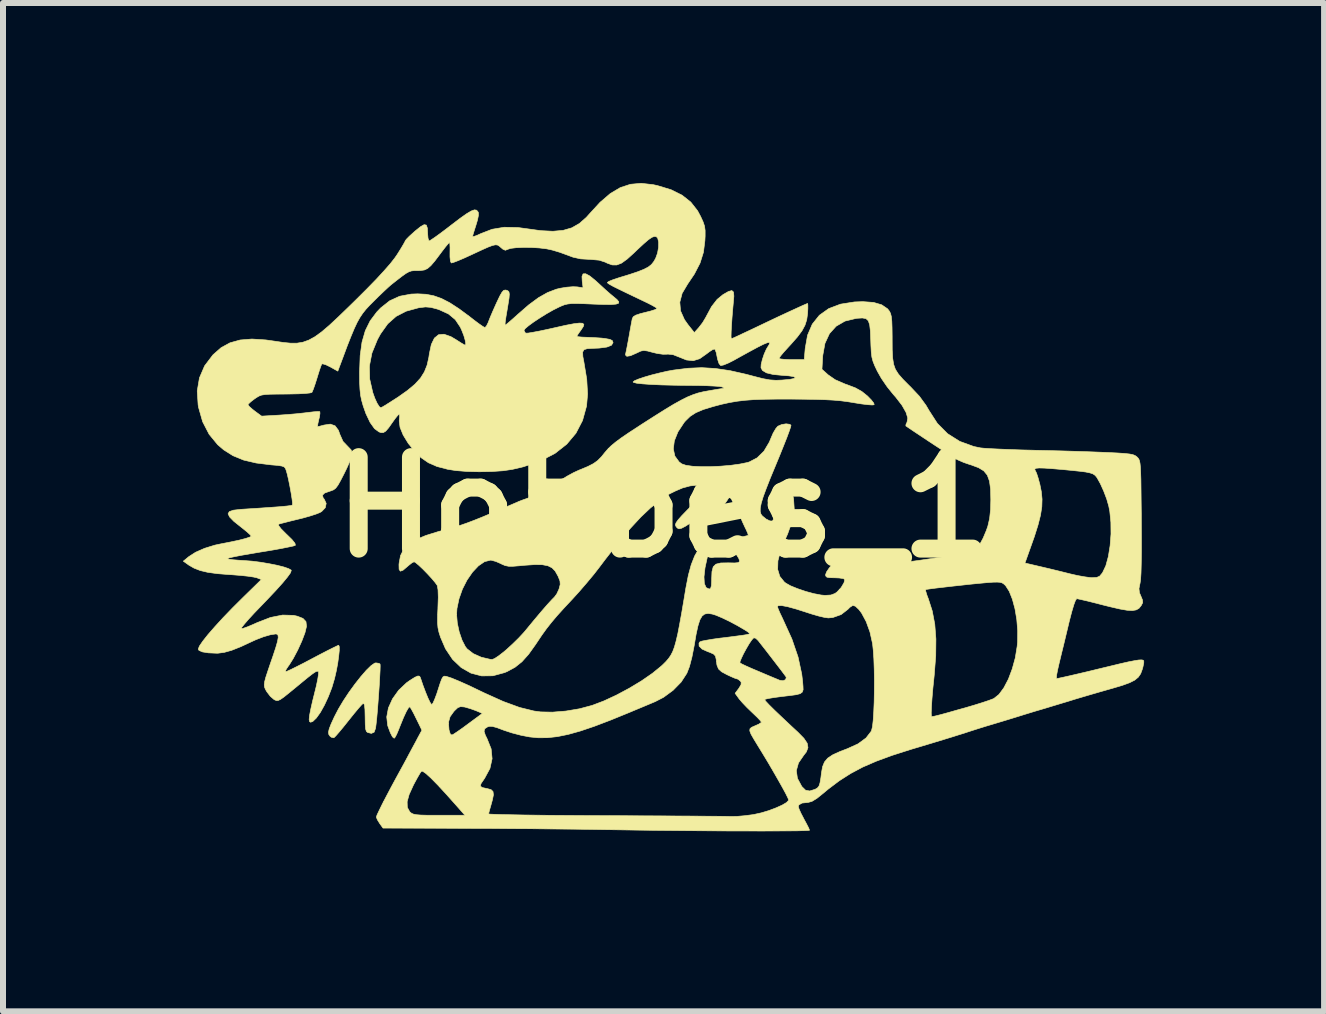
<source format=kicad_pcb>
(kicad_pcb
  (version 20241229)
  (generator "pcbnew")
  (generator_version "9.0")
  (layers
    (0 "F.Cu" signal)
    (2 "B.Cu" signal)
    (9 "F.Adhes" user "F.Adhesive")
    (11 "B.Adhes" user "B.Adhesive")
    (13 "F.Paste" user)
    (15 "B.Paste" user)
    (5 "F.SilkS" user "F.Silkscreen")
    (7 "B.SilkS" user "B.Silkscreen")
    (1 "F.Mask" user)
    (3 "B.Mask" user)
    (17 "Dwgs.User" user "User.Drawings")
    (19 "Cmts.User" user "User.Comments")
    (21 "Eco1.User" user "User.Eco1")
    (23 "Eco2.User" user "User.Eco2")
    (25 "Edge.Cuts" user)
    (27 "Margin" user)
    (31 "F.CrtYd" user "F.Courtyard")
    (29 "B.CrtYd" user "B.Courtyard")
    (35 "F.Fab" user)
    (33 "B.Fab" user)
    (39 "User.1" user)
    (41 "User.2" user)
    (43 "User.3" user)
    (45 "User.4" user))
  (footprint "Hobbes_1"
    (layer "F.Cu")
    (at 8.008 5.403)
    (property "Reference" "Hobbes_1" (at 0 0 0) (layer "F.SilkS") (effects (font (size 1.524 1.524) (thickness 0.3))))
    (attr through_hole)
    (fp_poly (pts (xy -4.742 2.602) (xy -4.724 2.614) (xy -4.722 2.645) (xy -4.724 2.72) (xy -4.73 2.829) (xy -4.737 2.961) (xy -4.747 3.106) (xy -4.758 3.254) (xy -4.769 3.396) (xy -4.78 3.521) (xy -4.791 3.62) (xy -4.799 3.682) (xy -4.799 3.683) (xy -4.823 3.749) (xy -4.869 3.769) (xy -4.931 3.754) (xy -4.952 3.736) (xy -4.965 3.695) (xy -4.971 3.62) (xy -4.973 3.503) (xy -4.973 3.497) (xy -4.976 3.371) (xy -4.984 3.295) (xy -4.999 3.267) (xy -5.003 3.267) (xy -5.03 3.291) (xy -5.082 3.349) (xy -5.152 3.433) (xy -5.234 3.535) (xy -5.25 3.555) (xy -5.333 3.659) (xy -5.406 3.747) (xy -5.461 3.81) (xy -5.493 3.841) (xy -5.495 3.842) (xy -5.536 3.833) (xy -5.556 3.818) (xy -5.578 3.788) (xy -5.584 3.75) (xy -5.572 3.695) (xy -5.54 3.612) (xy -5.485 3.492) (xy -5.418 3.363) (xy -5.335 3.224) (xy -5.241 3.082) (xy -5.142 2.946) (xy -5.044 2.822) (xy -4.953 2.717) (xy -4.875 2.641) (xy -4.815 2.599) (xy -4.794 2.594) (xy -4.742 2.602)) (stroke (width 0.01) (type solid)) (fill yes) (layer "F.SilkS"))
    (fp_poly (pts (xy -1.228 -3.853) (xy -1.13 -3.773) (xy -1.055 -3.704) (xy -0.971 -3.627) (xy -0.888 -3.554) (xy -0.836 -3.511) (xy -0.776 -3.461) (xy -0.746 -3.424) (xy -0.75 -3.399) (xy -0.791 -3.385) (xy -0.873 -3.378) (xy -1.001 -3.379) (xy -1.172 -3.385) (xy -1.332 -3.392) (xy -1.449 -3.395) (xy -1.534 -3.394) (xy -1.597 -3.387) (xy -1.649 -3.375) (xy -1.7 -3.355) (xy -1.742 -3.336) (xy -1.84 -3.287) (xy -1.949 -3.225) (xy -2.06 -3.156) (xy -2.163 -3.088) (xy -2.248 -3.026) (xy -2.306 -2.977) (xy -2.326 -2.948) (xy -2.305 -2.907) (xy -2.293 -2.901) (xy -2.257 -2.902) (xy -2.178 -2.915) (xy -2.066 -2.936) (xy -1.929 -2.965) (xy -1.813 -2.991) (xy -1.631 -3.032) (xy -1.495 -3.058) (xy -1.403 -3.069) (xy -1.349 -3.066) (xy -1.328 -3.047) (xy -1.337 -3.012) (xy -1.371 -2.96) (xy -1.377 -2.951) (xy -1.419 -2.893) (xy -1.442 -2.855) (xy -1.444 -2.849) (xy -1.419 -2.841) (xy -1.356 -2.835) (xy -1.277 -2.832) (xy -1.159 -2.827) (xy -1.038 -2.819) (xy -0.976 -2.812) (xy -0.894 -2.797) (xy -0.854 -2.777) (xy -0.842 -2.745) (xy -0.842 -2.741) (xy -0.868 -2.699) (xy -0.945 -2.669) (xy -1.073 -2.652) (xy -1.176 -2.648) (xy -1.27 -2.643) (xy -1.325 -2.626) (xy -1.348 -2.586) (xy -1.345 -2.513) (xy -1.327 -2.418) (xy -1.28 -2.133) (xy -1.266 -1.888) (xy -1.283 -1.687) (xy -1.35 -1.445) (xy -1.46 -1.233) (xy -1.613 -1.051) (xy -1.809 -0.897) (xy -2.05 -0.772) (xy -2.336 -0.674) (xy -2.519 -0.631) (xy -2.674 -0.608) (xy -2.864 -0.595) (xy -3.071 -0.591) (xy -3.276 -0.596) (xy -3.462 -0.611) (xy -3.596 -0.632) (xy -3.776 -0.679) (xy -3.918 -0.741) (xy -4.04 -0.825) (xy -4.141 -0.924) (xy -4.254 -1.064) (xy -4.339 -1.203) (xy -4.391 -1.331) (xy -4.405 -1.439) (xy -4.403 -1.458) (xy -4.398 -1.519) (xy -4.404 -1.55) (xy -4.407 -1.551) (xy -4.43 -1.53) (xy -4.473 -1.477) (xy -4.516 -1.417) (xy -4.582 -1.323) (xy -4.63 -1.268) (xy -4.669 -1.244) (xy -4.709 -1.244) (xy -4.742 -1.255) (xy -4.816 -1.309) (xy -4.89 -1.413) (xy -4.96 -1.56) (xy -5.005 -1.688) (xy -5.031 -1.779) (xy -5.049 -1.866) (xy -5.059 -1.962) (xy -5.065 -2.082) (xy -5.066 -2.24) (xy -5.066 -2.259) (xy -5.062 -2.353) (xy -4.902 -2.353) (xy -4.897 -2.136) (xy -4.846 -1.912) (xy -4.812 -1.817) (xy -4.774 -1.734) (xy -4.738 -1.677) (xy -4.715 -1.658) (xy -4.687 -1.67) (xy -4.634 -1.701) (xy -4.631 -1.703) (xy -4.427 -1.833) (xy -4.266 -1.947) (xy -4.142 -2.051) (xy -4.05 -2.152) (xy -3.985 -2.256) (xy -3.94 -2.369) (xy -3.911 -2.499) (xy -3.903 -2.556) (xy -3.87 -2.712) (xy -3.819 -2.818) (xy -3.749 -2.875) (xy -3.658 -2.883) (xy -3.544 -2.843) (xy -3.461 -2.794) (xy -3.385 -2.745) (xy -3.329 -2.712) (xy -3.305 -2.7) (xy -3.296 -2.723) (xy -3.305 -2.78) (xy -3.328 -2.86) (xy -3.362 -2.947) (xy -3.386 -3) (xy -3.47 -3.126) (xy -3.584 -3.221) (xy -3.739 -3.292) (xy -3.776 -3.304) (xy -3.88 -3.331) (xy -3.967 -3.338) (xy -4.068 -3.326) (xy -4.085 -3.323) (xy -4.289 -3.267) (xy -4.456 -3.181) (xy -4.596 -3.057) (xy -4.716 -2.889) (xy -4.768 -2.794) (xy -4.86 -2.569) (xy -4.902 -2.353) (xy -5.062 -2.353) (xy -5.056 -2.526) (xy -5.025 -2.751) (xy -4.97 -2.942) (xy -4.889 -3.106) (xy -4.779 -3.253) (xy -4.715 -3.32) (xy -4.564 -3.44) (xy -4.398 -3.516) (xy -4.207 -3.552) (xy -4.097 -3.556) (xy -3.959 -3.549) (xy -3.83 -3.524) (xy -3.702 -3.479) (xy -3.564 -3.408) (xy -3.41 -3.308) (xy -3.23 -3.175) (xy -3.165 -3.124) (xy -3.084 -3.063) (xy -3.018 -3.017) (xy -2.98 -2.995) (xy -2.976 -2.995) (xy -2.953 -3.017) (xy -2.924 -3.074) (xy -2.916 -3.095) (xy -2.888 -3.166) (xy -2.845 -3.267) (xy -2.795 -3.379) (xy -2.779 -3.414) (xy -2.729 -3.519) (xy -2.693 -3.582) (xy -2.664 -3.614) (xy -2.636 -3.62) (xy -2.623 -3.618) (xy -2.594 -3.607) (xy -2.576 -3.588) (xy -2.57 -3.55) (xy -2.575 -3.484) (xy -2.591 -3.382) (xy -2.608 -3.279) (xy -2.626 -3.173) (xy -2.638 -3.09) (xy -2.642 -3.041) (xy -2.642 -3.034) (xy -2.62 -3.047) (xy -2.568 -3.09) (xy -2.494 -3.155) (xy -2.433 -3.21) (xy -2.248 -3.371) (xy -2.084 -3.492) (xy -1.934 -3.577) (xy -1.788 -3.633) (xy -1.722 -3.649) (xy -1.612 -3.667) (xy -1.508 -3.675) (xy -1.439 -3.672) (xy -1.341 -3.657) (xy -1.355 -3.763) (xy -1.359 -3.846) (xy -1.341 -3.889) (xy -1.298 -3.891) (xy -1.228 -3.853)) (stroke (width 0.01) (type solid)) (fill yes) (layer "F.SilkS"))
    (fp_poly (pts (xy -0.175 -5.376) (xy -0.101 -5.36) (xy 0.126 -5.291) (xy 0.309 -5.2) (xy 0.454 -5.085) (xy 0.567 -4.941) (xy 0.618 -4.846) (xy 0.659 -4.756) (xy 0.683 -4.685) (xy 0.693 -4.612) (xy 0.693 -4.518) (xy 0.689 -4.441) (xy 0.665 -4.249) (xy 0.608 -4.068) (xy 0.514 -3.886) (xy 0.402 -3.72) (xy 0.31 -3.565) (xy 0.271 -3.417) (xy 0.283 -3.273) (xy 0.348 -3.127) (xy 0.406 -3.045) (xy 0.513 -2.91) (xy 0.589 -2.995) (xy 0.652 -3.077) (xy 0.705 -3.166) (xy 0.711 -3.178) (xy 0.8 -3.343) (xy 0.893 -3.463) (xy 0.989 -3.542) (xy 1.081 -3.595) (xy 1.138 -3.611) (xy 1.166 -3.586) (xy 1.172 -3.518) (xy 1.167 -3.456) (xy 1.154 -3.312) (xy 1.142 -3.169) (xy 1.133 -3.038) (xy 1.127 -2.928) (xy 1.125 -2.848) (xy 1.128 -2.81) (xy 1.129 -2.807) (xy 1.157 -2.818) (xy 1.224 -2.848) (xy 1.321 -2.894) (xy 1.441 -2.95) (xy 1.5 -2.978) (xy 1.72 -3.083) (xy 1.916 -3.176) (xy 2.086 -3.255) (xy 2.223 -3.318) (xy 2.324 -3.364) (xy 2.385 -3.39) (xy 2.401 -3.396) (xy 2.405 -3.371) (xy 2.405 -3.308) (xy 2.4 -3.225) (xy 2.386 -3.124) (xy 2.357 -3.033) (xy 2.307 -2.94) (xy 2.23 -2.837) (xy 2.121 -2.713) (xy 2.074 -2.662) (xy 2.005 -2.586) (xy 1.953 -2.524) (xy 1.927 -2.486) (xy 1.925 -2.482) (xy 1.95 -2.471) (xy 2.015 -2.464) (xy 2.108 -2.46) (xy 2.135 -2.46) (xy 2.345 -2.46) (xy 2.361 -2.646) (xy 2.4 -2.867) (xy 2.479 -3.051) (xy 2.597 -3.199) (xy 2.753 -3.31) (xy 2.948 -3.384) (xy 3.181 -3.421) (xy 3.322 -3.426) (xy 3.501 -3.413) (xy 3.636 -3.373) (xy 3.733 -3.307) (xy 3.765 -3.266) (xy 3.783 -3.229) (xy 3.796 -3.178) (xy 3.804 -3.103) (xy 3.808 -2.995) (xy 3.81 -2.845) (xy 3.81 -2.795) (xy 3.811 -2.62) (xy 3.818 -2.487) (xy 3.834 -2.383) (xy 3.864 -2.298) (xy 3.914 -2.219) (xy 3.988 -2.134) (xy 4.089 -2.032) (xy 4.117 -2.005) (xy 4.264 -1.849) (xy 4.374 -1.698) (xy 4.425 -1.611) (xy 4.563 -1.397) (xy 4.734 -1.225) (xy 4.937 -1.097) (xy 5.171 -1.012) (xy 5.281 -0.989) (xy 5.342 -0.983) (xy 5.448 -0.976) (xy 5.592 -0.969) (xy 5.764 -0.962) (xy 5.956 -0.955) (xy 6.161 -0.95) (xy 6.19 -0.949) (xy 6.416 -0.944) (xy 6.651 -0.938) (xy 6.882 -0.931) (xy 7.095 -0.924) (xy 7.278 -0.917) (xy 7.401 -0.912) (xy 7.564 -0.904) (xy 7.683 -0.896) (xy 7.766 -0.887) (xy 7.822 -0.876) (xy 7.859 -0.861) (xy 7.887 -0.841) (xy 7.895 -0.833) (xy 7.911 -0.816) (xy 7.923 -0.797) (xy 7.933 -0.769) (xy 7.941 -0.728) (xy 7.947 -0.668) (xy 7.951 -0.582) (xy 7.955 -0.467) (xy 7.957 -0.317) (xy 7.959 -0.125) (xy 7.962 0.113) (xy 7.962 0.195) (xy 7.964 0.495) (xy 7.964 0.744) (xy 7.961 0.944) (xy 7.957 1.097) (xy 7.95 1.204) (xy 7.941 1.268) (xy 7.939 1.274) (xy 7.923 1.357) (xy 7.931 1.425) (xy 7.955 1.481) (xy 7.982 1.547) (xy 7.985 1.591) (xy 7.962 1.636) (xy 7.958 1.642) (xy 7.923 1.685) (xy 7.877 1.711) (xy 7.813 1.722) (xy 7.725 1.717) (xy 7.604 1.696) (xy 7.444 1.659) (xy 7.339 1.633) (xy 7.195 1.596) (xy 7.068 1.564) (xy 6.968 1.541) (xy 6.904 1.527) (xy 6.886 1.524) (xy 6.866 1.55) (xy 6.838 1.624) (xy 6.802 1.745) (xy 6.76 1.907) (xy 6.751 1.945) (xy 6.711 2.112) (xy 6.67 2.283) (xy 6.631 2.441) (xy 6.6 2.57) (xy 6.591 2.607) (xy 6.567 2.712) (xy 6.551 2.796) (xy 6.547 2.846) (xy 6.549 2.855) (xy 6.579 2.851) (xy 6.654 2.835) (xy 6.766 2.81) (xy 6.908 2.777) (xy 7.074 2.738) (xy 7.226 2.701) (xy 7.446 2.648) (xy 7.619 2.606) (xy 7.752 2.576) (xy 7.85 2.557) (xy 7.919 2.546) (xy 7.963 2.544) (xy 7.989 2.548) (xy 8.002 2.559) (xy 8.003 2.56) (xy 8.003 2.595) (xy 7.989 2.663) (xy 7.977 2.705) (xy 7.951 2.775) (xy 7.912 2.832) (xy 7.853 2.881) (xy 7.766 2.925) (xy 7.645 2.969) (xy 7.48 3.018) (xy 7.43 3.032) (xy 7.269 3.078) (xy 7.08 3.133) (xy 6.89 3.189) (xy 6.738 3.236) (xy 6.598 3.278) (xy 6.469 3.317) (xy 6.364 3.349) (xy 6.293 3.37) (xy 6.283 3.373) (xy 6.211 3.394) (xy 6.109 3.425) (xy 5.998 3.459) (xy 5.989 3.462) (xy 5.873 3.498) (xy 5.73 3.542) (xy 5.581 3.587) (xy 5.508 3.609) (xy 5.374 3.649) (xy 5.242 3.69) (xy 5.13 3.726) (xy 5.08 3.742) (xy 5.008 3.766) (xy 4.917 3.794) (xy 4.803 3.83) (xy 4.659 3.874) (xy 4.478 3.929) (xy 4.255 3.996) (xy 4.117 4.037) (xy 3.811 4.135) (xy 3.549 4.231) (xy 3.32 4.33) (xy 3.117 4.438) (xy 2.928 4.559) (xy 2.744 4.698) (xy 2.665 4.764) (xy 2.557 4.851) (xy 2.475 4.901) (xy 2.413 4.919) (xy 2.407 4.92) (xy 2.309 4.93) (xy 2.256 4.96) (xy 2.246 4.988) (xy 2.258 5.029) (xy 2.29 5.1) (xy 2.336 5.188) (xy 2.339 5.195) (xy 2.385 5.28) (xy 2.419 5.347) (xy 2.433 5.382) (xy 2.433 5.383) (xy 2.407 5.387) (xy 2.332 5.39) (xy 2.213 5.393) (xy 2.053 5.394) (xy 1.858 5.395) (xy 1.632 5.396) (xy 1.38 5.395) (xy 1.106 5.395) (xy 0.814 5.393) (xy 0.509 5.391) (xy 0.195 5.388) (xy -0.122 5.385) (xy -0.439 5.381) (xy -0.751 5.376) (xy -0.963 5.373) (xy -1.214 5.369) (xy -1.507 5.365) (xy -1.83 5.362) (xy -2.171 5.358) (xy -2.518 5.356) (xy -2.859 5.353) (xy -3.183 5.352) (xy -3.334 5.351) (xy -4.675 5.347) (xy -4.731 5.27) (xy -4.768 5.21) (xy -4.786 5.166) (xy -4.786 5.163) (xy -4.774 5.127) (xy -4.739 5.053) (xy -4.687 4.947) (xy -4.667 4.908) (xy -4.273 4.908) (xy -4.27 5.002) (xy -4.231 5.073) (xy -4.224 5.08) (xy -4.2 5.1) (xy -4.169 5.114) (xy -4.121 5.124) (xy -4.049 5.13) (xy -3.944 5.133) (xy -3.796 5.133) (xy -3.741 5.133) (xy -3.31 5.133) (xy -3.445 4.98) (xy -3.618 4.786) (xy -3.746 4.647) (xy -3.053 4.647) (xy -3.023 4.671) (xy -2.946 4.688) (xy -2.934 4.69) (xy -2.874 4.707) (xy -2.842 4.738) (xy -2.835 4.793) (xy -2.853 4.881) (xy -2.874 4.957) (xy -2.897 5.037) (xy -2.912 5.094) (xy -2.914 5.111) (xy -2.888 5.115) (xy -2.813 5.118) (xy -2.693 5.122) (xy -2.531 5.125) (xy -2.333 5.129) (xy -2.103 5.132) (xy -1.844 5.135) (xy -1.561 5.137) (xy -1.259 5.139) (xy -0.969 5.14) (xy -0.647 5.141) (xy -0.338 5.143) (xy -0.046 5.144) (xy 0.225 5.146) (xy 0.469 5.147) (xy 0.682 5.149) (xy 0.859 5.15) (xy 0.996 5.151) (xy 1.088 5.153) (xy 1.126 5.154) (xy 1.226 5.152) (xy 1.353 5.141) (xy 1.484 5.124) (xy 1.508 5.12) (xy 1.63 5.093) (xy 1.756 5.055) (xy 1.875 5.01) (xy 1.977 4.964) (xy 2.05 4.921) (xy 2.084 4.885) (xy 2.085 4.878) (xy 2.072 4.844) (xy 2.036 4.771) (xy 1.98 4.668) (xy 1.909 4.542) (xy 1.828 4.401) (xy 1.741 4.252) (xy 1.651 4.103) (xy 1.578 3.984) (xy 1.505 3.864) (xy 1.458 3.782) (xy 1.437 3.727) (xy 1.44 3.693) (xy 1.465 3.669) (xy 1.512 3.648) (xy 1.524 3.643) (xy 1.589 3.614) (xy 1.627 3.588) (xy 1.631 3.582) (xy 1.613 3.556) (xy 1.564 3.504) (xy 1.494 3.437) (xy 1.475 3.419) (xy 1.39 3.337) (xy 1.313 3.256) (xy 1.271 3.207) (xy 1.684 3.207) (xy 1.704 3.234) (xy 1.761 3.295) (xy 1.853 3.386) (xy 1.978 3.505) (xy 2.132 3.65) (xy 2.24 3.75) (xy 2.339 3.851) (xy 2.394 3.933) (xy 2.407 4.006) (xy 2.38 4.078) (xy 2.337 4.133) (xy 2.249 4.261) (xy 2.213 4.389) (xy 2.231 4.518) (xy 2.302 4.65) (xy 2.307 4.657) (xy 2.367 4.716) (xy 2.436 4.729) (xy 2.526 4.701) (xy 2.564 4.679) (xy 2.59 4.648) (xy 2.607 4.596) (xy 2.622 4.51) (xy 2.632 4.427) (xy 2.65 4.325) (xy 2.682 4.246) (xy 2.736 4.182) (xy 2.82 4.126) (xy 2.943 4.07) (xy 3.064 4.024) (xy 3.242 3.943) (xy 3.375 3.845) (xy 3.46 3.735) (xy 3.467 3.719) (xy 3.482 3.657) (xy 3.494 3.551) (xy 3.503 3.411) (xy 3.51 3.246) (xy 3.513 3.066) (xy 3.514 2.88) (xy 3.511 2.698) (xy 3.505 2.529) (xy 3.495 2.383) (xy 3.483 2.269) (xy 3.482 2.268) (xy 3.44 2.079) (xy 3.377 1.906) (xy 3.3 1.763) (xy 3.255 1.704) (xy 3.197 1.649) (xy 3.153 1.637) (xy 3.105 1.668) (xy 3.073 1.701) (xy 2.959 1.789) (xy 2.821 1.838) (xy 2.746 1.845) (xy 2.682 1.836) (xy 2.584 1.813) (xy 2.467 1.779) (xy 2.39 1.754) (xy 2.212 1.697) (xy 2.07 1.658) (xy 1.969 1.639) (xy 1.911 1.641) (xy 1.898 1.656) (xy 1.91 1.693) (xy 1.94 1.763) (xy 1.983 1.853) (xy 1.992 1.873) (xy 2.139 2.196) (xy 2.242 2.497) (xy 2.303 2.781) (xy 2.317 2.899) (xy 2.324 2.983) (xy 2.326 3.042) (xy 2.312 3.081) (xy 2.277 3.107) (xy 2.213 3.124) (xy 2.111 3.138) (xy 1.965 3.155) (xy 1.958 3.156) (xy 1.845 3.171) (xy 1.754 3.186) (xy 1.698 3.199) (xy 1.684 3.207) (xy 1.271 3.207) (xy 1.259 3.193) (xy 1.256 3.188) (xy 1.193 3.101) (xy 1.254 3.02) (xy 1.291 2.959) (xy 1.294 2.919) (xy 1.282 2.899) (xy 1.243 2.867) (xy 1.225 2.861) (xy 1.189 2.85) (xy 1.122 2.821) (xy 1.054 2.789) (xy 0.967 2.742) (xy 0.916 2.695) (xy 0.89 2.631) (xy 0.885 2.594) (xy 1.274 2.594) (xy 1.306 2.613) (xy 1.378 2.647) (xy 1.477 2.691) (xy 1.591 2.739) (xy 1.711 2.79) (xy 1.818 2.835) (xy 1.898 2.868) (xy 1.938 2.885) (xy 1.994 2.892) (xy 2.035 2.872) (xy 2.045 2.836) (xy 2.04 2.824) (xy 2.017 2.793) (xy 1.967 2.726) (xy 1.895 2.632) (xy 1.808 2.519) (xy 1.711 2.393) (xy 1.609 2.263) (xy 1.578 2.223) (xy 1.536 2.183) (xy 1.503 2.176) (xy 1.503 2.176) (xy 1.472 2.209) (xy 1.428 2.273) (xy 1.38 2.355) (xy 1.333 2.441) (xy 1.296 2.519) (xy 1.274 2.574) (xy 1.274 2.594) (xy 0.885 2.594) (xy 0.877 2.532) (xy 0.876 2.529) (xy 0.865 2.48) (xy 0.834 2.447) (xy 0.769 2.418) (xy 0.735 2.406) (xy 0.642 2.364) (xy 0.593 2.315) (xy 0.591 2.265) (xy 0.607 2.243) (xy 0.641 2.231) (xy 0.718 2.216) (xy 0.826 2.198) (xy 0.955 2.18) (xy 0.977 2.178) (xy 1.113 2.161) (xy 1.235 2.145) (xy 1.331 2.132) (xy 1.387 2.123) (xy 1.39 2.122) (xy 1.428 2.112) (xy 1.431 2.098) (xy 1.396 2.071) (xy 1.35 2.042) (xy 1.23 1.972) (xy 1.101 1.903) (xy 0.978 1.844) (xy 0.874 1.8) (xy 0.81 1.78) (xy 0.741 1.77) (xy 0.686 1.78) (xy 0.642 1.814) (xy 0.605 1.878) (xy 0.573 1.979) (xy 0.542 2.121) (xy 0.51 2.31) (xy 0.473 2.498) (xy 0.432 2.655) (xy 0.388 2.768) (xy 0.293 2.914) (xy 0.159 3.051) (xy -0.000484 3.168) (xy -0.138 3.239) (xy -0.238 3.281) (xy -0.367 3.335) (xy -0.504 3.392) (xy -0.575 3.422) (xy -0.884 3.548) (xy -1.152 3.65) (xy -1.385 3.729) (xy -1.589 3.786) (xy -1.771 3.823) (xy -1.936 3.841) (xy -2.09 3.842) (xy -2.232 3.828) (xy -2.373 3.801) (xy -2.526 3.761) (xy -2.66 3.717) (xy -2.668 3.714) (xy -2.777 3.673) (xy -2.852 3.653) (xy -2.903 3.651) (xy -2.933 3.661) (xy -2.979 3.691) (xy -2.991 3.733) (xy -2.97 3.799) (xy -2.941 3.857) (xy -2.873 4.027) (xy -2.857 4.191) (xy -2.893 4.353) (xy -2.982 4.518) (xy -2.994 4.535) (xy -3.042 4.606) (xy -3.053 4.647) (xy -3.746 4.647) (xy -3.762 4.63) (xy -3.877 4.513) (xy -3.962 4.436) (xy -4.015 4.4) (xy -4.034 4.399) (xy -4.059 4.434) (xy -4.1 4.504) (xy -4.15 4.596) (xy -4.17 4.634) (xy -4.24 4.788) (xy -4.273 4.908) (xy -4.667 4.908) (xy -4.62 4.818) (xy -4.543 4.672) (xy -4.46 4.518) (xy -4.438 4.478) (xy -4.39 4.39) (xy -4.328 4.277) (xy -4.264 4.158) (xy -4.25 4.131) (xy -4.191 4.021) (xy -4.134 3.916) (xy -4.091 3.834) (xy -4.081 3.816) (xy -4.027 3.716) (xy -4.079 3.608) (xy -3.583 3.608) (xy -3.575 3.712) (xy -3.555 3.777) (xy -3.528 3.797) (xy -3.499 3.782) (xy -3.437 3.741) (xy -3.351 3.681) (xy -3.263 3.616) (xy -3.019 3.436) (xy -3.127 3.39) (xy -3.219 3.357) (xy -3.308 3.331) (xy -3.324 3.328) (xy -3.383 3.323) (xy -3.429 3.34) (xy -3.482 3.39) (xy -3.498 3.408) (xy -3.558 3.492) (xy -3.581 3.574) (xy -3.583 3.608) (xy -4.079 3.608) (xy -4.119 3.527) (xy -4.164 3.436) (xy -4.202 3.366) (xy -4.226 3.328) (xy -4.229 3.326) (xy -4.25 3.342) (xy -4.286 3.403) (xy -4.333 3.504) (xy -4.388 3.639) (xy -4.416 3.71) (xy -4.448 3.786) (xy -4.476 3.837) (xy -4.489 3.85) (xy -4.518 3.826) (xy -4.553 3.758) (xy -4.591 3.656) (xy -4.598 3.633) (xy -4.613 3.495) (xy -4.585 3.345) (xy -4.517 3.194) (xy -4.415 3.051) (xy -4.283 2.926) (xy -4.228 2.887) (xy -4.144 2.834) (xy -4.093 2.812) (xy -4.065 2.817) (xy -4.052 2.841) (xy -4.01 2.965) (xy -3.966 3.082) (xy -3.925 3.182) (xy -3.89 3.254) (xy -3.866 3.287) (xy -3.863 3.289) (xy -3.843 3.265) (xy -3.814 3.201) (xy -3.779 3.108) (xy -3.759 3.046) (xy -3.723 2.934) (xy -3.697 2.864) (xy -3.675 2.827) (xy -3.651 2.815) (xy -3.62 2.819) (xy -3.617 2.82) (xy -3.531 2.848) (xy -3.405 2.9) (xy -3.237 2.975) (xy -3.025 3.077) (xy -2.981 3.098) (xy -2.672 3.237) (xy -2.399 3.337) (xy -2.16 3.396) (xy -2.048 3.411) (xy -1.851 3.415) (xy -1.627 3.397) (xy -1.401 3.359) (xy -1.192 3.303) (xy -1.191 3.303) (xy -0.996 3.229) (xy -0.785 3.131) (xy -0.57 3.016) (xy -0.366 2.893) (xy -0.184 2.767) (xy -0.037 2.647) (xy -0.008 2.62) (xy 0.042 2.57) (xy 0.084 2.521) (xy 0.12 2.469) (xy 0.152 2.408) (xy 0.181 2.331) (xy 0.208 2.235) (xy 0.237 2.112) (xy 0.267 1.957) (xy 0.302 1.764) (xy 0.342 1.528) (xy 0.372 1.347) (xy 0.414 1.132) (xy 0.461 0.959) (xy 0.518 0.814) (xy 0.589 0.688) (xy 0.607 0.662) (xy 0.669 0.592) (xy 0.729 0.561) (xy 0.777 0.572) (xy 0.779 0.574) (xy 0.779 0.604) (xy 0.766 0.673) (xy 0.745 0.769) (xy 0.732 0.822) (xy 0.691 1.01) (xy 0.674 1.161) (xy 0.68 1.272) (xy 0.71 1.34) (xy 0.763 1.364) (xy 0.785 1.351) (xy 0.798 1.306) (xy 0.802 1.22) (xy 0.802 1.195) (xy 0.807 1.073) (xy 0.828 0.993) (xy 0.873 0.949) (xy 0.953 0.929) (xy 1.076 0.927) (xy 1.083 0.927) (xy 1.186 0.929) (xy 1.247 0.923) (xy 1.269 0.901) (xy 1.255 0.855) (xy 1.208 0.778) (xy 1.16 0.705) (xy 1.112 0.629) (xy 1.082 0.572) (xy 1.075 0.547) (xy 1.106 0.536) (xy 1.174 0.52) (xy 1.246 0.505) (xy 1.331 0.489) (xy 1.391 0.475) (xy 1.412 0.468) (xy 1.406 0.442) (xy 1.381 0.383) (xy 1.355 0.33) (xy 1.313 0.239) (xy 1.265 0.122) (xy 1.219 0.002) (xy 1.216 -0.007) (xy 1.181 -0.102) (xy 1.153 -0.174) (xy 1.136 -0.211) (xy 1.133 -0.214) (xy 1.115 -0.193) (xy 1.078 -0.142) (xy 1.057 -0.109) (xy 0.979 0.001) (xy 0.903 0.069) (xy 0.818 0.105) (xy 0.767 0.113) (xy 0.659 0.145) (xy 0.523 0.215) (xy 0.468 0.25) (xy 0.368 0.315) (xy 0.301 0.35) (xy 0.257 0.36) (xy 0.227 0.345) (xy 0.203 0.313) (xy 0.197 0.29) (xy 0.21 0.257) (xy 0.244 0.209) (xy 0.305 0.14) (xy 0.398 0.044) (xy 0.475 -0.034) (xy 0.577 -0.137) (xy 0.664 -0.229) (xy 0.73 -0.3) (xy 0.768 -0.346) (xy 0.775 -0.358) (xy 0.751 -0.367) (xy 0.686 -0.372) (xy 0.595 -0.371) (xy 0.582 -0.37) (xy 0.441 -0.355) (xy 0.316 -0.321) (xy 0.201 -0.272) (xy 0.111 -0.228) (xy 0.04 -0.19) (xy 0.003 -0.167) (xy 0.001 -0.164) (xy -0.03 -0.135) (xy -0.069 -0.105) (xy -0.215 0.009) (xy -0.376 0.161) (xy -0.555 0.354) (xy -0.752 0.589) (xy -0.971 0.869) (xy -1.066 0.995) (xy -1.163 1.12) (xy -1.283 1.264) (xy -1.409 1.41) (xy -1.519 1.531) (xy -1.661 1.683) (xy -1.775 1.809) (xy -1.867 1.918) (xy -1.949 2.022) (xy -2.027 2.13) (xy -2.11 2.254) (xy -2.132 2.287) (xy -2.249 2.451) (xy -2.36 2.575) (xy -2.475 2.667) (xy -2.606 2.738) (xy -2.649 2.756) (xy -2.844 2.809) (xy -3.032 2.811) (xy -3.209 2.765) (xy -3.372 2.672) (xy -3.515 2.536) (xy -3.634 2.358) (xy -3.717 2.165) (xy -3.743 2.083) (xy -3.759 2.009) (xy -3.766 1.929) (xy -3.766 1.827) (xy -3.765 1.788) (xy -3.449 1.788) (xy -3.437 1.931) (xy -3.405 2.079) (xy -3.358 2.216) (xy -3.302 2.325) (xy -3.273 2.361) (xy -3.171 2.44) (xy -3.037 2.5) (xy -2.892 2.534) (xy -2.855 2.537) (xy -2.816 2.522) (xy -2.749 2.478) (xy -2.665 2.413) (xy -2.614 2.37) (xy -2.513 2.277) (xy -2.414 2.18) (xy -2.333 2.093) (xy -2.312 2.069) (xy -2.168 1.894) (xy -2.042 1.744) (xy -1.937 1.623) (xy -1.858 1.537) (xy -1.818 1.497) (xy -1.78 1.446) (xy -1.745 1.371) (xy -1.74 1.357) (xy -1.722 1.287) (xy -1.726 1.229) (xy -1.755 1.156) (xy -1.763 1.14) (xy -1.806 1.064) (xy -1.858 1.01) (xy -1.926 0.976) (xy -2.019 0.958) (xy -2.144 0.956) (xy -2.31 0.967) (xy -2.393 0.975) (xy -2.506 0.984) (xy -2.582 0.984) (xy -2.641 0.972) (xy -2.699 0.947) (xy -2.714 0.939) (xy -2.794 0.904) (xy -2.866 0.884) (xy -2.884 0.882) (xy -2.983 0.907) (xy -3.085 0.977) (xy -3.184 1.082) (xy -3.275 1.214) (xy -3.352 1.365) (xy -3.409 1.527) (xy -3.443 1.689) (xy -3.449 1.788) (xy -3.765 1.788) (xy -3.76 1.688) (xy -3.76 1.676) (xy -3.754 1.501) (xy -3.758 1.378) (xy -3.77 1.307) (xy -3.773 1.301) (xy -3.806 1.255) (xy -3.863 1.187) (xy -3.934 1.11) (xy -4.009 1.033) (xy -4.079 0.967) (xy -4.132 0.923) (xy -4.157 0.909) (xy -4.192 0.926) (xy -4.247 0.969) (xy -4.27 0.989) (xy -4.342 1.05) (xy -4.386 1.066) (xy -4.407 1.036) (xy -4.409 0.957) (xy -4.406 0.927) (xy -4.383 0.806) (xy -4.332 0.704) (xy -4.248 0.617) (xy -4.126 0.54) (xy -3.962 0.471) (xy -3.75 0.405) (xy -3.69 0.389) (xy -3.577 0.358) (xy -3.475 0.329) (xy -3.375 0.298) (xy -3.272 0.262) (xy -3.156 0.218) (xy -3.021 0.164) (xy -2.86 0.096) (xy -2.664 0.013) (xy -2.427 -0.089) (xy -2.42 -0.093) (xy -2.347 -0.121) (xy -2.251 -0.155) (xy -2.199 -0.173) (xy -2.102 -0.213) (xy -1.989 -0.272) (xy -1.896 -0.33) (xy -1.736 -0.437) (xy -1.608 -0.517) (xy -1.5 -0.576) (xy -1.402 -0.621) (xy -1.39 -0.625) (xy -1.261 -0.679) (xy -1.168 -0.727) (xy -1.097 -0.778) (xy -1.033 -0.843) (xy -0.983 -0.906) (xy -0.933 -0.964) (xy -0.927 -0.971) (xy 0.163 -0.971) (xy 0.189 -0.852) (xy 0.259 -0.756) (xy 0.304 -0.722) (xy 0.372 -0.699) (xy 0.482 -0.683) (xy 0.623 -0.676) (xy 0.783 -0.676) (xy 0.951 -0.684) (xy 1.118 -0.698) (xy 1.27 -0.719) (xy 1.398 -0.745) (xy 1.43 -0.755) (xy 1.56 -0.823) (xy 1.674 -0.935) (xy 1.763 -1.085) (xy 1.787 -1.143) (xy 1.827 -1.236) (xy 1.872 -1.312) (xy 1.905 -1.35) (xy 1.969 -1.378) (xy 2.042 -1.39) (xy 2.102 -1.382) (xy 2.124 -1.367) (xy 2.118 -1.337) (xy 2.093 -1.264) (xy 2.053 -1.156) (xy 1.999 -1.02) (xy 1.935 -0.861) (xy 1.871 -0.706) (xy 1.78 -0.487) (xy 1.711 -0.311) (xy 1.66 -0.173) (xy 1.628 -0.067) (xy 1.612 0.013) (xy 1.611 0.071) (xy 1.623 0.114) (xy 1.646 0.145) (xy 1.71 0.197) (xy 1.772 0.228) (xy 1.814 0.23) (xy 1.815 0.229) (xy 1.832 0.199) (xy 1.858 0.13) (xy 1.888 0.035) (xy 1.898 0.002) (xy 1.942 -0.126) (xy 1.992 -0.227) (xy 2.042 -0.292) (xy 2.089 -0.315) (xy 2.108 -0.31) (xy 2.128 -0.276) (xy 2.151 -0.207) (xy 2.167 -0.142) (xy 2.178 0.031) (xy 2.146 0.226) (xy 2.068 0.445) (xy 2.035 0.519) (xy 1.951 0.723) (xy 1.906 0.894) (xy 1.902 1.036) (xy 1.937 1.152) (xy 2.012 1.245) (xy 2.036 1.264) (xy 2.117 1.31) (xy 2.233 1.357) (xy 2.368 1.403) (xy 2.504 1.44) (xy 2.625 1.463) (xy 2.69 1.469) (xy 2.789 1.463) (xy 2.858 1.437) (xy 2.894 1.41) (xy 2.928 1.373) (xy 4.367 1.373) (xy 4.37 1.401) (xy 4.389 1.464) (xy 4.413 1.527) (xy 4.478 1.729) (xy 4.52 1.949) (xy 4.539 2.196) (xy 4.536 2.477) (xy 4.511 2.798) (xy 4.507 2.838) (xy 4.488 3.021) (xy 4.474 3.186) (xy 4.465 3.324) (xy 4.461 3.427) (xy 4.463 3.48) (xy 4.466 3.486) (xy 4.479 3.488) (xy 4.508 3.484) (xy 4.558 3.472) (xy 4.636 3.452) (xy 4.749 3.421) (xy 4.903 3.377) (xy 5.04 3.339) (xy 5.182 3.297) (xy 5.313 3.256) (xy 5.421 3.22) (xy 5.493 3.193) (xy 5.506 3.187) (xy 5.59 3.12) (xy 5.671 3.01) (xy 5.747 2.865) (xy 5.811 2.695) (xy 5.862 2.51) (xy 5.893 2.319) (xy 5.9 2.246) (xy 5.902 2.06) (xy 5.887 1.873) (xy 5.857 1.694) (xy 5.814 1.534) (xy 5.761 1.401) (xy 5.7 1.306) (xy 5.663 1.273) (xy 5.639 1.26) (xy 5.607 1.251) (xy 5.561 1.248) (xy 5.494 1.249) (xy 5.399 1.256) (xy 5.268 1.268) (xy 5.095 1.285) (xy 4.988 1.297) (xy 4.814 1.316) (xy 4.658 1.334) (xy 4.528 1.349) (xy 4.431 1.362) (xy 4.377 1.37) (xy 4.367 1.373) (xy 2.928 1.373) (xy 2.961 1.337) (xy 3.007 1.259) (xy 3.021 1.205) (xy 2.996 1.189) (xy 2.928 1.179) (xy 2.861 1.176) (xy 2.771 1.174) (xy 2.723 1.166) (xy 2.703 1.146) (xy 2.7 1.124) (xy 2.718 1.076) (xy 2.763 1.01) (xy 2.803 0.964) (xy 2.876 0.898) (xy 2.946 0.863) (xy 3.028 0.859) (xy 3.135 0.882) (xy 3.224 0.911) (xy 3.305 0.937) (xy 3.382 0.952) (xy 3.471 0.958) (xy 3.587 0.957) (xy 3.676 0.953) (xy 3.77 0.946) (xy 3.903 0.932) (xy 3.919 0.93) (xy 6.023 0.93) (xy 6.28 0.99) (xy 6.429 1.025) (xy 6.594 1.065) (xy 6.746 1.103) (xy 6.778 1.111) (xy 6.901 1.139) (xy 7.02 1.16) (xy 7.115 1.173) (xy 7.139 1.174) (xy 7.218 1.17) (xy 7.267 1.15) (xy 7.309 1.1) (xy 7.317 1.089) (xy 7.371 0.975) (xy 7.413 0.821) (xy 7.442 0.641) (xy 7.457 0.447) (xy 7.455 0.253) (xy 7.437 0.071) (xy 7.42 -0.017) (xy 7.385 -0.139) (xy 7.335 -0.27) (xy 7.28 -0.392) (xy 7.227 -0.487) (xy 7.211 -0.51) (xy 7.187 -0.535) (xy 7.155 -0.556) (xy 7.107 -0.572) (xy 7.035 -0.587) (xy 6.931 -0.6) (xy 6.787 -0.615) (xy 6.651 -0.628) (xy 6.475 -0.643) (xy 6.346 -0.652) (xy 6.259 -0.654) (xy 6.207 -0.649) (xy 6.187 -0.636) (xy 6.191 -0.616) (xy 6.198 -0.606) (xy 6.217 -0.566) (xy 6.242 -0.489) (xy 6.268 -0.393) (xy 6.27 -0.388) (xy 6.296 -0.258) (xy 6.308 -0.135) (xy 6.304 -0.007) (xy 6.282 0.133) (xy 6.241 0.295) (xy 6.18 0.489) (xy 6.115 0.672) (xy 6.023 0.93) (xy 3.919 0.93) (xy 4.063 0.912) (xy 4.242 0.888) (xy 4.43 0.861) (xy 4.616 0.833) (xy 4.791 0.805) (xy 4.946 0.779) (xy 5.069 0.755) (xy 5.152 0.737) (xy 5.167 0.733) (xy 5.214 0.696) (xy 5.27 0.619) (xy 5.327 0.513) (xy 5.379 0.389) (xy 5.404 0.318) (xy 5.434 0.189) (xy 5.45 0.036) (xy 5.454 -0.124) (xy 5.45 -0.302) (xy 5.432 -0.435) (xy 5.396 -0.534) (xy 5.337 -0.606) (xy 5.25 -0.659) (xy 5.129 -0.704) (xy 5.105 -0.711) (xy 5.003 -0.746) (xy 4.906 -0.788) (xy 4.866 -0.809) (xy 4.82 -0.838) (xy 4.741 -0.889) (xy 4.64 -0.955) (xy 4.525 -1.03) (xy 4.405 -1.109) (xy 4.288 -1.187) (xy 4.184 -1.256) (xy 4.102 -1.311) (xy 4.051 -1.346) (xy 4.038 -1.355) (xy 4.041 -1.383) (xy 4.058 -1.417) (xy 4.07 -1.486) (xy 4.041 -1.581) (xy 3.974 -1.699) (xy 3.87 -1.834) (xy 3.826 -1.884) (xy 3.727 -2.007) (xy 3.631 -2.147) (xy 3.563 -2.267) (xy 3.52 -2.357) (xy 3.491 -2.43) (xy 3.472 -2.501) (xy 3.462 -2.584) (xy 3.456 -2.697) (xy 3.453 -2.786) (xy 3.447 -2.937) (xy 3.435 -3.042) (xy 3.412 -3.108) (xy 3.374 -3.143) (xy 3.314 -3.154) (xy 3.229 -3.149) (xy 3.206 -3.146) (xy 3.024 -3.102) (xy 2.877 -3.017) (xy 2.765 -2.893) (xy 2.69 -2.731) (xy 2.654 -2.533) (xy 2.652 -2.51) (xy 2.64 -2.299) (xy 2.742 -2.207) (xy 2.86 -2.125) (xy 3.028 -2.052) (xy 3.058 -2.042) (xy 3.197 -1.989) (xy 3.303 -1.93) (xy 3.399 -1.853) (xy 3.402 -1.85) (xy 3.464 -1.786) (xy 3.503 -1.735) (xy 3.51 -1.708) (xy 3.477 -1.704) (xy 3.402 -1.709) (xy 3.297 -1.722) (xy 3.172 -1.742) (xy 3.168 -1.743) (xy 3.055 -1.761) (xy 2.944 -1.775) (xy 2.826 -1.785) (xy 2.691 -1.792) (xy 2.53 -1.797) (xy 2.332 -1.8) (xy 2.139 -1.802) (xy 1.887 -1.802) (xy 1.678 -1.799) (xy 1.505 -1.793) (xy 1.356 -1.782) (xy 1.223 -1.766) (xy 1.096 -1.744) (xy 0.965 -1.715) (xy 0.829 -1.679) (xy 0.664 -1.629) (xy 0.539 -1.576) (xy 0.444 -1.515) (xy 0.365 -1.438) (xy 0.342 -1.411) (xy 0.24 -1.256) (xy 0.18 -1.107) (xy 0.163 -0.971) (xy -0.927 -0.971) (xy -0.875 -1.022) (xy -0.802 -1.083) (xy -0.705 -1.155) (xy -0.579 -1.241) (xy -0.415 -1.348) (xy -0.371 -1.377) (xy -0.155 -1.515) (xy 0.023 -1.627) (xy 0.17 -1.716) (xy 0.293 -1.784) (xy 0.396 -1.836) (xy 0.488 -1.874) (xy 0.574 -1.903) (xy 0.661 -1.924) (xy 0.732 -1.937) (xy 0.841 -1.956) (xy 0.931 -1.971) (xy 0.988 -1.979) (xy 0.999 -1.98) (xy 1.003 -1.99) (xy 0.976 -2.005) (xy 0.933 -2.013) (xy 0.846 -2.019) (xy 0.725 -2.025) (xy 0.579 -2.029) (xy 0.428 -2.03) (xy 0.185 -2.033) (xy -0.029 -2.038) (xy -0.208 -2.046) (xy -0.35 -2.056) (xy -0.449 -2.067) (xy -0.501 -2.081) (xy -0.508 -2.088) (xy -0.484 -2.108) (xy -0.417 -2.136) (xy -0.319 -2.169) (xy -0.199 -2.204) (xy -0.068 -2.237) (xy 0.063 -2.267) (xy 0.169 -2.286) (xy 0.409 -2.316) (xy 0.636 -2.326) (xy 0.865 -2.312) (xy 1.108 -2.276) (xy 1.378 -2.215) (xy 1.51 -2.18) (xy 1.655 -2.143) (xy 1.769 -2.122) (xy 1.873 -2.115) (xy 1.973 -2.119) (xy 2.099 -2.13) (xy 2.174 -2.145) (xy 2.197 -2.162) (xy 2.167 -2.177) (xy 2.085 -2.19) (xy 1.987 -2.197) (xy 1.828 -2.212) (xy 1.716 -2.239) (xy 1.649 -2.279) (xy 1.624 -2.325) (xy 1.627 -2.379) (xy 1.647 -2.462) (xy 1.677 -2.552) (xy 1.712 -2.631) (xy 1.729 -2.66) (xy 1.757 -2.705) (xy 1.769 -2.734) (xy 1.761 -2.747) (xy 1.728 -2.741) (xy 1.666 -2.716) (xy 1.572 -2.669) (xy 1.442 -2.599) (xy 1.271 -2.505) (xy 1.169 -2.448) (xy 1.078 -2.402) (xy 1.002 -2.371) (xy 0.955 -2.361) (xy 0.951 -2.362) (xy 0.924 -2.395) (xy 0.902 -2.462) (xy 0.894 -2.499) (xy 0.879 -2.575) (xy 0.86 -2.626) (xy 0.852 -2.636) (xy 0.82 -2.628) (xy 0.764 -2.592) (xy 0.717 -2.556) (xy 0.602 -2.475) (xy 0.495 -2.442) (xy 0.381 -2.454) (xy 0.277 -2.496) (xy 0.16 -2.542) (xy 0.072 -2.552) (xy 0.058 -2.55) (xy -0.009 -2.549) (xy -0.103 -2.562) (xy -0.179 -2.58) (xy -0.269 -2.604) (xy -0.329 -2.612) (xy -0.377 -2.603) (xy -0.436 -2.576) (xy -0.45 -2.569) (xy -0.55 -2.525) (xy -0.612 -2.515) (xy -0.635 -2.538) (xy -0.631 -2.56) (xy -0.621 -2.606) (xy -0.604 -2.691) (xy -0.584 -2.798) (xy -0.575 -2.847) (xy -0.555 -2.961) (xy -0.537 -3.06) (xy -0.524 -3.128) (xy -0.521 -3.143) (xy -0.504 -3.175) (xy -0.462 -3.201) (xy -0.384 -3.227) (xy -0.308 -3.246) (xy -0.213 -3.27) (xy -0.142 -3.293) (xy -0.109 -3.309) (xy -0.107 -3.311) (xy -0.13 -3.33) (xy -0.189 -3.364) (xy -0.273 -3.407) (xy -0.288 -3.414) (xy -0.485 -3.508) (xy -0.639 -3.582) (xy -0.754 -3.638) (xy -0.837 -3.679) (xy -0.891 -3.709) (xy -0.922 -3.728) (xy -0.935 -3.741) (xy -0.936 -3.745) (xy -0.912 -3.763) (xy -0.849 -3.789) (xy -0.76 -3.819) (xy -0.742 -3.825) (xy -0.562 -3.88) (xy -0.425 -3.926) (xy -0.325 -3.966) (xy -0.253 -4.004) (xy -0.202 -4.044) (xy -0.164 -4.092) (xy -0.132 -4.147) (xy -0.1 -4.235) (xy -0.083 -4.331) (xy -0.082 -4.419) (xy -0.097 -4.484) (xy -0.121 -4.509) (xy -0.153 -4.513) (xy -0.194 -4.498) (xy -0.25 -4.46) (xy -0.327 -4.394) (xy -0.433 -4.296) (xy -0.491 -4.24) (xy -0.607 -4.135) (xy -0.7 -4.068) (xy -0.78 -4.037) (xy -0.857 -4.038) (xy -0.94 -4.068) (xy -0.971 -4.084) (xy -1.072 -4.117) (xy -1.218 -4.13) (xy -1.243 -4.131) (xy -1.382 -4.139) (xy -1.508 -4.167) (xy -1.613 -4.206) (xy -1.731 -4.249) (xy -1.855 -4.286) (xy -1.947 -4.306) (xy -2.069 -4.321) (xy -2.203 -4.329) (xy -2.336 -4.33) (xy -2.455 -4.325) (xy -2.547 -4.314) (xy -2.593 -4.299) (xy -2.636 -4.282) (xy -2.677 -4.3) (xy -2.71 -4.328) (xy -2.74 -4.354) (xy -2.768 -4.37) (xy -2.802 -4.373) (xy -2.852 -4.362) (xy -2.924 -4.335) (xy -3.027 -4.289) (xy -3.169 -4.223) (xy -3.201 -4.208) (xy -3.319 -4.154) (xy -3.422 -4.11) (xy -3.497 -4.081) (xy -3.536 -4.071) (xy -3.538 -4.071) (xy -3.552 -4.102) (xy -3.559 -4.172) (xy -3.559 -4.246) (xy -3.558 -4.332) (xy -3.561 -4.392) (xy -3.567 -4.412) (xy -3.589 -4.392) (xy -3.634 -4.338) (xy -3.694 -4.26) (xy -3.726 -4.217) (xy -3.812 -4.103) (xy -3.877 -4.027) (xy -3.932 -3.979) (xy -3.985 -3.954) (xy -4.047 -3.945) (xy -4.103 -3.943) (xy -4.158 -3.943) (xy -4.201 -3.938) (xy -4.243 -3.924) (xy -4.292 -3.897) (xy -4.358 -3.85) (xy -4.45 -3.779) (xy -4.545 -3.704) (xy -4.591 -3.663) (xy -4.664 -3.595) (xy -4.753 -3.51) (xy -4.827 -3.436) (xy -4.9 -3.363) (xy -4.961 -3.297) (xy -5.013 -3.232) (xy -5.06 -3.162) (xy -5.106 -3.08) (xy -5.154 -2.978) (xy -5.207 -2.851) (xy -5.27 -2.692) (xy -5.344 -2.493) (xy -5.405 -2.331) (xy -5.428 -2.268) (xy -5.553 -2.338) (xy -5.625 -2.373) (xy -5.678 -2.389) (xy -5.695 -2.387) (xy -5.71 -2.353) (xy -5.735 -2.281) (xy -5.765 -2.185) (xy -5.775 -2.152) (xy -5.807 -2.051) (xy -5.836 -1.968) (xy -5.857 -1.919) (xy -5.861 -1.913) (xy -5.894 -1.904) (xy -5.971 -1.896) (xy -6.083 -1.89) (xy -6.219 -1.887) (xy -6.292 -1.886) (xy -6.449 -1.885) (xy -6.562 -1.883) (xy -6.641 -1.878) (xy -6.698 -1.869) (xy -6.741 -1.853) (xy -6.78 -1.83) (xy -6.813 -1.808) (xy -6.877 -1.759) (xy -6.918 -1.721) (xy -6.925 -1.708) (xy -6.905 -1.68) (xy -6.854 -1.635) (xy -6.811 -1.601) (xy -6.698 -1.518) (xy -6.405 -1.535) (xy -6.261 -1.545) (xy -6.113 -1.558) (xy -5.983 -1.572) (xy -5.927 -1.579) (xy -5.833 -1.59) (xy -5.762 -1.595) (xy -5.728 -1.593) (xy -5.728 -1.592) (xy -5.726 -1.561) (xy -5.736 -1.497) (xy -5.744 -1.466) (xy -5.76 -1.395) (xy -5.766 -1.352) (xy -5.766 -1.345) (xy -5.739 -1.348) (xy -5.68 -1.363) (xy -5.66 -1.369) (xy -5.553 -1.385) (xy -5.474 -1.357) (xy -5.418 -1.282) (xy -5.395 -1.216) (xy -5.342 -1.097) (xy -5.275 -1.027) (xy -5.206 -0.955) (xy -5.187 -0.894) (xy -5.199 -0.844) (xy -5.23 -0.76) (xy -5.277 -0.654) (xy -5.322 -0.562) (xy -5.382 -0.445) (xy -5.426 -0.367) (xy -5.463 -0.318) (xy -5.499 -0.29) (xy -5.542 -0.273) (xy -5.561 -0.267) (xy -5.647 -0.237) (xy -5.684 -0.201) (xy -5.673 -0.157) (xy -5.654 -0.133) (xy -5.622 -0.064) (xy -5.637 0.008) (xy -5.697 0.071) (xy -5.728 0.089) (xy -5.791 0.114) (xy -5.89 0.146) (xy -6.01 0.18) (xy -6.096 0.201) (xy -6.215 0.23) (xy -6.316 0.256) (xy -6.387 0.274) (xy -6.413 0.282) (xy -6.415 0.306) (xy -6.374 0.359) (xy -6.293 0.441) (xy -6.28 0.453) (xy -6.193 0.538) (xy -6.143 0.6) (xy -6.135 0.633) (xy -6.136 0.634) (xy -6.169 0.646) (xy -6.248 0.663) (xy -6.362 0.686) (xy -6.505 0.712) (xy -6.667 0.739) (xy -6.718 0.747) (xy -6.882 0.775) (xy -7.028 0.8) (xy -7.146 0.823) (xy -7.229 0.841) (xy -7.27 0.854) (xy -7.272 0.856) (xy -7.248 0.865) (xy -7.18 0.875) (xy -7.081 0.883) (xy -6.985 0.889) (xy -6.854 0.899) (xy -6.714 0.917) (xy -6.573 0.941) (xy -6.442 0.967) (xy -6.331 0.995) (xy -6.249 1.023) (xy -6.207 1.047) (xy -6.204 1.055) (xy -6.219 1.096) (xy -6.267 1.163) (xy -6.347 1.26) (xy -6.462 1.388) (xy -6.613 1.548) (xy -6.713 1.652) (xy -6.822 1.765) (xy -6.914 1.865) (xy -6.984 1.946) (xy -7.028 2.001) (xy -7.04 2.025) (xy -7.039 2.025) (xy -7.004 2.018) (xy -6.933 1.993) (xy -6.838 1.953) (xy -6.774 1.924) (xy -6.55 1.837) (xy -6.348 1.797) (xy -6.166 1.802) (xy -6.103 1.816) (xy -6.009 1.853) (xy -5.959 1.906) (xy -5.95 1.985) (xy -5.976 2.093) (xy -6.028 2.23) (xy -6.096 2.379) (xy -6.17 2.519) (xy -6.24 2.631) (xy -6.249 2.642) (xy -6.287 2.699) (xy -6.304 2.737) (xy -6.303 2.743) (xy -6.277 2.735) (xy -6.211 2.705) (xy -6.114 2.657) (xy -5.992 2.595) (xy -5.863 2.527) (xy -5.725 2.454) (xy -5.603 2.391) (xy -5.505 2.342) (xy -5.439 2.31) (xy -5.414 2.299) (xy -5.404 2.324) (xy -5.404 2.389) (xy -5.414 2.485) (xy -5.43 2.601) (xy -5.453 2.725) (xy -5.481 2.847) (xy -5.482 2.852) (xy -5.528 3.007) (xy -5.587 3.159) (xy -5.652 3.299) (xy -5.72 3.421) (xy -5.786 3.513) (xy -5.845 3.57) (xy -5.881 3.583) (xy -5.899 3.573) (xy -5.906 3.538) (xy -5.9 3.474) (xy -5.881 3.374) (xy -5.849 3.232) (xy -5.818 3.108) (xy -5.786 2.978) (xy -5.763 2.867) (xy -5.75 2.785) (xy -5.749 2.742) (xy -5.751 2.739) (xy -5.766 2.733) (xy -5.784 2.735) (xy -5.813 2.751) (xy -5.86 2.784) (xy -5.929 2.838) (xy -6.028 2.919) (xy -6.132 3.005) (xy -6.247 3.099) (xy -6.328 3.164) (xy -6.384 3.203) (xy -6.423 3.221) (xy -6.452 3.222) (xy -6.479 3.211) (xy -6.493 3.203) (xy -6.553 3.151) (xy -6.609 3.078) (xy -6.617 3.066) (xy -6.637 3.029) (xy -6.65 2.996) (xy -6.654 2.959) (xy -6.648 2.909) (xy -6.63 2.839) (xy -6.598 2.741) (xy -6.552 2.605) (xy -6.512 2.49) (xy -6.463 2.342) (xy -6.433 2.238) (xy -6.421 2.169) (xy -6.426 2.13) (xy -6.447 2.114) (xy -6.464 2.112) (xy -6.55 2.125) (xy -6.665 2.158) (xy -6.792 2.207) (xy -6.858 2.237) (xy -7.045 2.324) (xy -7.196 2.384) (xy -7.321 2.419) (xy -7.427 2.433) (xy -7.447 2.433) (xy -7.585 2.427) (xy -7.685 2.411) (xy -7.742 2.386) (xy -7.754 2.365) (xy -7.735 2.315) (xy -7.68 2.234) (xy -7.594 2.125) (xy -7.479 1.993) (xy -7.341 1.842) (xy -7.183 1.678) (xy -7.009 1.505) (xy -6.702 1.205) (xy -6.78 1.175) (xy -6.835 1.163) (xy -6.931 1.149) (xy -7.056 1.136) (xy -7.196 1.125) (xy -7.232 1.123) (xy -7.435 1.107) (xy -7.595 1.085) (xy -7.721 1.055) (xy -7.824 1.015) (xy -7.914 0.963) (xy -7.92 0.958) (xy -8.003 0.899) (xy -7.912 0.824) (xy -7.799 0.751) (xy -7.649 0.685) (xy -7.478 0.632) (xy -7.379 0.611) (xy -7.215 0.579) (xy -7.074 0.549) (xy -6.966 0.521) (xy -6.896 0.498) (xy -6.871 0.482) (xy -6.891 0.457) (xy -6.944 0.409) (xy -7.019 0.348) (xy -7.042 0.33) (xy -7.161 0.235) (xy -7.232 0.162) (xy -7.257 0.109) (xy -7.236 0.073) (xy -7.167 0.049) (xy -7.052 0.036) (xy -7.041 0.035) (xy -6.773 0.018) (xy -6.557 0.003) (xy -6.392 -0.009) (xy -6.276 -0.02) (xy -6.207 -0.029) (xy -6.185 -0.036) (xy -6.183 -0.067) (xy -6.191 -0.137) (xy -6.206 -0.233) (xy -6.226 -0.343) (xy -6.248 -0.452) (xy -6.27 -0.549) (xy -6.286 -0.605) (xy -6.3 -0.645) (xy -6.321 -0.671) (xy -6.36 -0.686) (xy -6.429 -0.697) (xy -6.538 -0.706) (xy -6.789 -0.737) (xy -6.998 -0.786) (xy -7.176 -0.859) (xy -7.331 -0.957) (xy -7.431 -1.043) (xy -7.573 -1.216) (xy -7.681 -1.425) (xy -7.749 -1.664) (xy -7.756 -1.704) (xy -7.771 -1.938) (xy -7.734 -2.156) (xy -7.648 -2.356) (xy -7.511 -2.537) (xy -7.505 -2.543) (xy -7.373 -2.659) (xy -7.225 -2.74) (xy -7.056 -2.787) (xy -6.859 -2.803) (xy -6.627 -2.788) (xy -6.479 -2.767) (xy -6.338 -2.746) (xy -6.216 -2.734) (xy -6.109 -2.734) (xy -6.01 -2.75) (xy -5.912 -2.785) (xy -5.81 -2.841) (xy -5.698 -2.922) (xy -5.57 -3.031) (xy -5.42 -3.171) (xy -5.241 -3.344) (xy -5.143 -3.44) (xy -4.946 -3.636) (xy -4.785 -3.801) (xy -4.657 -3.94) (xy -4.556 -4.055) (xy -4.48 -4.152) (xy -4.441 -4.208) (xy -4.382 -4.302) (xy -4.336 -4.379) (xy -4.309 -4.428) (xy -4.305 -4.439) (xy -4.286 -4.465) (xy -4.236 -4.516) (xy -4.164 -4.581) (xy -4.142 -4.601) (xy -4.05 -4.675) (xy -3.99 -4.709) (xy -3.953 -4.702) (xy -3.936 -4.651) (xy -3.931 -4.555) (xy -3.931 -4.552) (xy -3.925 -4.483) (xy -3.911 -4.442) (xy -3.904 -4.438) (xy -3.876 -4.454) (xy -3.812 -4.497) (xy -3.722 -4.562) (xy -3.613 -4.644) (xy -3.53 -4.708) (xy -3.388 -4.816) (xy -3.282 -4.891) (xy -3.204 -4.937) (xy -3.151 -4.956) (xy -3.115 -4.95) (xy -3.092 -4.923) (xy -3.085 -4.907) (xy -3.085 -4.863) (xy -3.101 -4.785) (xy -3.126 -4.701) (xy -3.154 -4.613) (xy -3.175 -4.544) (xy -3.182 -4.513) (xy -3.16 -4.512) (xy -3.105 -4.532) (xy -3.049 -4.558) (xy -2.858 -4.632) (xy -2.654 -4.666) (xy -2.425 -4.661) (xy -2.291 -4.643) (xy -2.046 -4.609) (xy -1.843 -4.599) (xy -1.673 -4.614) (xy -1.529 -4.656) (xy -1.403 -4.728) (xy -1.287 -4.83) (xy -1.236 -4.887) (xy -1.058 -5.081) (xy -0.888 -5.227) (xy -0.722 -5.326) (xy -0.552 -5.382) (xy -0.372 -5.398) (xy -0.175 -5.376)) (stroke (width 0.01) (type solid)) (fill yes) (layer "F.SilkS")))
  (gr_rect
    (start -3 -3)
    (end 19.016 13.804)
    (stroke (width 0.1) (type default))
    (fill no)
    (layer "Edge.Cuts")))
</source>
